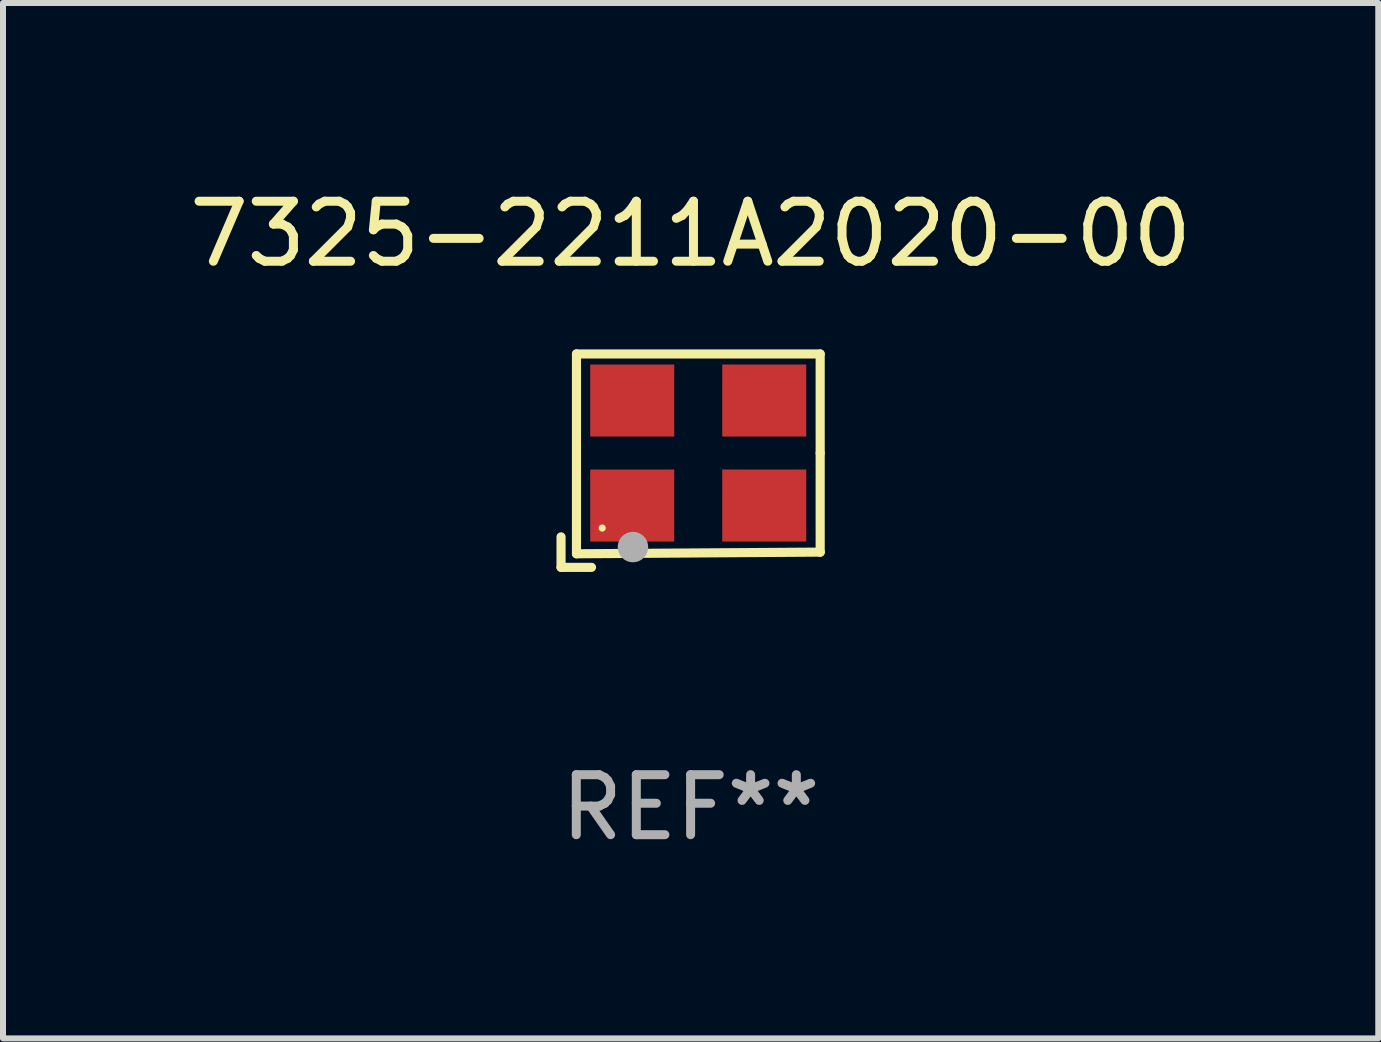
<source format=kicad_pcb>
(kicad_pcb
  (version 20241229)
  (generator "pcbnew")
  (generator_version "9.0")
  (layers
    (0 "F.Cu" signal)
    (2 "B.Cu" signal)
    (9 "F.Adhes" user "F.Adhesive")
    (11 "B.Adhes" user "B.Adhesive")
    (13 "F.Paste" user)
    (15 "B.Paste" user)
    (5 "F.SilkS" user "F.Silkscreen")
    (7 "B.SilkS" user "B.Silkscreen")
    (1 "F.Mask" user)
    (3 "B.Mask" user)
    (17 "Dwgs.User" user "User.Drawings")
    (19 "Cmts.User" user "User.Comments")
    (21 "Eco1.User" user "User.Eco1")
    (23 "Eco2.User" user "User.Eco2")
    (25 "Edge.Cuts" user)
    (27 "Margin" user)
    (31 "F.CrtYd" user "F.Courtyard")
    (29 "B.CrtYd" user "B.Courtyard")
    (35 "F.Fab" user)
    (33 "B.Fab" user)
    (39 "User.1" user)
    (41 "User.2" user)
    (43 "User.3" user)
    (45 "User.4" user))
  (footprint "7325-2211A2020-00"
    (layer "F.Cu")
    (at 8.458 4.626)
    (property "Reference" "7325-2211A2020-00" (at 0 -3.778 0) (layer "F.SilkS") (effects (font (size 1 1) (thickness 0.15))))
    (attr through_hole)
    (fp_line (start -2.159 1.27) (end -2.159 1.778) (stroke (width 0.152) (type solid)) (layer "F.SilkS"))
    (fp_line (start -2.159 1.778) (end -1.651 1.778) (stroke (width 0.152) (type solid)) (layer "F.SilkS"))
    (fp_line (start -1.902 -1.778) (end 2.159 -1.778) (stroke (width 0.152) (type solid)) (layer "F.SilkS"))
    (fp_line (start -1.902 1.552) (end -1.902 -1.778) (stroke (width 0.152) (type solid)) (layer "F.SilkS"))
    (fp_line (start 2.159 -1.778) (end 2.159 -0.127) (stroke (width 0.152) (type solid)) (layer "F.SilkS"))
    (fp_line (start 2.159 -0.127) (end 2.159 1.524) (stroke (width 0.152) (type solid)) (layer "F.SilkS"))
    (fp_line (start 2.159 1.524) (end -1.902 1.552) (stroke (width 0.152) (type solid)) (layer "F.SilkS"))
    (fp_line (start 2.159 1.524) (end 2.159 1.524) (stroke (width 0.152) (type solid)) (layer "F.SilkS"))
    (fp_circle (center -1.473 1.123) (end -1.443 1.123) (stroke (width 0.06) (type solid)) (fill no) (layer "F.SilkS"))
    (fp_circle (center -0.961 1.44) (end -0.834 1.44) (stroke (width 0.254) (type solid)) (fill no) (layer "F.Fab"))
    (fp_text user "REF**" (at 0 5.778 0) (layer "F.Fab") (effects (font (size 1 1) (thickness 0.15))))
    (pad "1" smd rect (at -0.973 0.748) (size 1.4 1.2) (layers "F.Cu" "F.Mask" "F.Paste"))
    (pad "2" smd rect (at 1.227 0.748) (size 1.4 1.2) (layers "F.Cu" "F.Mask" "F.Paste"))
    (pad "3" smd rect (at 1.227 -1.002) (size 1.4 1.2) (layers "F.Cu" "F.Mask" "F.Paste"))
    (pad "4" smd rect (at -0.973 -1.002) (size 1.4 1.2) (layers "F.Cu" "F.Mask" "F.Paste")))
  (gr_rect
    (start -3 -3)
    (end 19.917 14.253)
    (stroke (width 0.1) (type default))
    (fill no)
    (layer "Edge.Cuts")))
</source>
